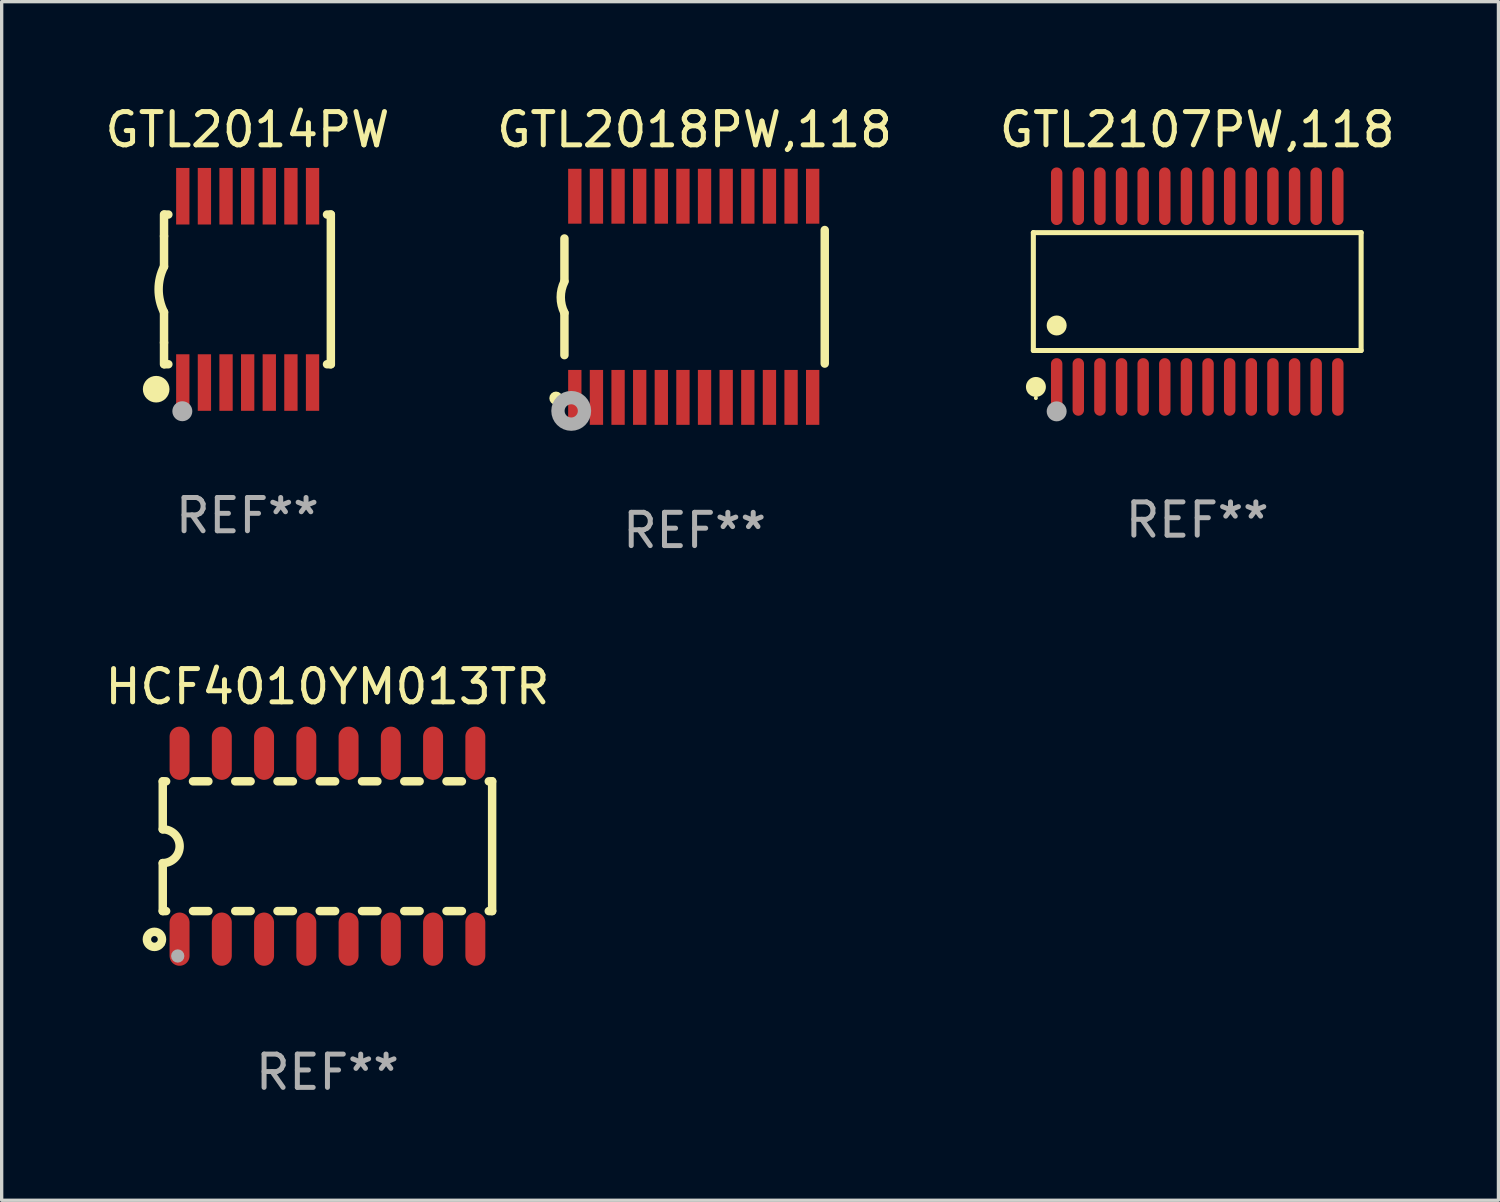
<source format=kicad_pcb>
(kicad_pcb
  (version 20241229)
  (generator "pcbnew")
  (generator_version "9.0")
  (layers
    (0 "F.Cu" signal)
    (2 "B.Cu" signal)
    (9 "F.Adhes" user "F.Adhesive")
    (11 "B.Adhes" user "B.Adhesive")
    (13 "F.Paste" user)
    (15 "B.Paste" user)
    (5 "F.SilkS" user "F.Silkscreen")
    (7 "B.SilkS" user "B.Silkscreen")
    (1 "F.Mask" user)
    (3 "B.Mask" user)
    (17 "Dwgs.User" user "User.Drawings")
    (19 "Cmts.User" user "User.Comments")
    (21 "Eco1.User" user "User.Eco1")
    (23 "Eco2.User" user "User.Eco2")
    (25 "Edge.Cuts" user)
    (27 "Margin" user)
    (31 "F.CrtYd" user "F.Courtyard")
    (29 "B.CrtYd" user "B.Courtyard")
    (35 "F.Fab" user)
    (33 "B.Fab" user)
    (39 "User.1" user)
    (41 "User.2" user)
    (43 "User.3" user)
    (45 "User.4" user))
  (footprint "GTL2107PW,118"
    (layer "F.Cu")
    (at 32.935 5.714)
    (property "Reference" "GTL2107PW,118" (at 0 -4.866 0) (layer "F.SilkS") (effects (font (size 1 1) (thickness 0.15))))
    (attr through_hole)
    (fp_line (start -4.926 -1.772) (end 4.926 -1.772) (stroke (width 0.152) (type solid)) (layer "F.SilkS"))
    (fp_line (start -4.926 1.771) (end -4.926 -1.772) (stroke (width 0.152) (type solid)) (layer "F.SilkS"))
    (fp_line (start 4.926 -1.772) (end 4.926 1.771) (stroke (width 0.152) (type solid)) (layer "F.SilkS"))
    (fp_line (start 4.926 1.771) (end -4.926 1.771) (stroke (width 0.152) (type solid)) (layer "F.SilkS"))
    (fp_circle (center -4.85 3.2) (end -4.82 3.2) (stroke (width 0.06) (type solid)) (fill no) (layer "F.SilkS"))
    (fp_circle (center -4.849 2.866) (end -4.699 2.866) (stroke (width 0.3) (type solid)) (fill no) (layer "F.SilkS"))
    (fp_circle (center -4.225 1.019) (end -4.075 1.019) (stroke (width 0.3) (type solid)) (fill no) (layer "F.SilkS"))
    (fp_circle (center -4.225 3.6) (end -4.075 3.6) (stroke (width 0.3) (type solid)) (fill no) (layer "F.Fab"))
    (fp_text user "REF**" (at 0 6.866 0) (layer "F.Fab") (effects (font (size 1 1) (thickness 0.15))))
    (pad "1" smd oval (at -4.225 2.866) (size 0.343 1.731) (layers "F.Cu" "F.Mask" "F.Paste"))
    (pad "2" smd oval (at -3.575 2.866) (size 0.343 1.731) (layers "F.Cu" "F.Mask" "F.Paste"))
    (pad "3" smd oval (at -2.925 2.866) (size 0.343 1.731) (layers "F.Cu" "F.Mask" "F.Paste"))
    (pad "4" smd oval (at -2.275 2.866) (size 0.343 1.731) (layers "F.Cu" "F.Mask" "F.Paste"))
    (pad "5" smd oval (at -1.625 2.866) (size 0.343 1.731) (layers "F.Cu" "F.Mask" "F.Paste"))
    (pad "6" smd oval (at -0.975 2.866) (size 0.343 1.731) (layers "F.Cu" "F.Mask" "F.Paste"))
    (pad "7" smd oval (at -0.325 2.866) (size 0.343 1.731) (layers "F.Cu" "F.Mask" "F.Paste"))
    (pad "8" smd oval (at 0.325 2.866) (size 0.343 1.731) (layers "F.Cu" "F.Mask" "F.Paste"))
    (pad "9" smd oval (at 0.975 2.866) (size 0.343 1.731) (layers "F.Cu" "F.Mask" "F.Paste"))
    (pad "10" smd oval (at 1.625 2.866) (size 0.343 1.731) (layers "F.Cu" "F.Mask" "F.Paste"))
    (pad "11" smd oval (at 2.275 2.866) (size 0.343 1.731) (layers "F.Cu" "F.Mask" "F.Paste"))
    (pad "12" smd oval (at 2.925 2.866) (size 0.343 1.731) (layers "F.Cu" "F.Mask" "F.Paste"))
    (pad "13" smd oval (at 3.575 2.866) (size 0.343 1.731) (layers "F.Cu" "F.Mask" "F.Paste"))
    (pad "14" smd oval (at 4.225 2.866) (size 0.343 1.731) (layers "F.Cu" "F.Mask" "F.Paste"))
    (pad "15" smd oval (at 4.225 -2.866) (size 0.343 1.731) (layers "F.Cu" "F.Mask" "F.Paste"))
    (pad "16" smd oval (at 3.575 -2.866) (size 0.343 1.731) (layers "F.Cu" "F.Mask" "F.Paste"))
    (pad "17" smd oval (at 2.925 -2.866) (size 0.343 1.731) (layers "F.Cu" "F.Mask" "F.Paste"))
    (pad "18" smd oval (at 2.275 -2.866) (size 0.343 1.731) (layers "F.Cu" "F.Mask" "F.Paste"))
    (pad "19" smd oval (at 1.625 -2.866) (size 0.343 1.731) (layers "F.Cu" "F.Mask" "F.Paste"))
    (pad "20" smd oval (at 0.975 -2.866) (size 0.343 1.731) (layers "F.Cu" "F.Mask" "F.Paste"))
    (pad "21" smd oval (at 0.325 -2.866) (size 0.343 1.731) (layers "F.Cu" "F.Mask" "F.Paste"))
    (pad "22" smd oval (at -0.325 -2.866) (size 0.343 1.731) (layers "F.Cu" "F.Mask" "F.Paste"))
    (pad "23" smd oval (at -0.975 -2.866) (size 0.343 1.731) (layers "F.Cu" "F.Mask" "F.Paste"))
    (pad "24" smd oval (at -1.625 -2.866) (size 0.343 1.731) (layers "F.Cu" "F.Mask" "F.Paste"))
    (pad "25" smd oval (at -2.275 -2.866) (size 0.343 1.731) (layers "F.Cu" "F.Mask" "F.Paste"))
    (pad "26" smd oval (at -2.925 -2.866) (size 0.343 1.731) (layers "F.Cu" "F.Mask" "F.Paste"))
    (pad "27" smd oval (at -3.575 -2.866) (size 0.343 1.731) (layers "F.Cu" "F.Mask" "F.Paste"))
    (pad "28" smd oval (at -4.225 -2.866) (size 0.343 1.731) (layers "F.Cu" "F.Mask" "F.Paste")))
  (footprint "GTL2014PW"
    (layer "F.Cu")
    (at 4.387 5.648)
    (property "Reference" "GTL2014PW" (at 0 -4.8 0) (layer "F.SilkS") (effects (font (size 1 1) (thickness 0.15))))
    (attr through_hole)
    (fp_line (start -2.507 -1.6) (end -2.507 -2.25) (stroke (width 0.254) (type solid)) (layer "F.SilkS"))
    (fp_line (start -2.507 -0.686) (end -2.507 -1.6) (stroke (width 0.254) (type solid)) (layer "F.SilkS"))
    (fp_line (start -2.507 1.6) (end -2.507 0.686) (stroke (width 0.254) (type solid)) (layer "F.SilkS"))
    (fp_line (start -2.507 1.6) (end -2.507 2.25) (stroke (width 0.254) (type solid)) (layer "F.SilkS"))
    (fp_line (start -2.493 -2.25) (end -2.377 -2.25) (stroke (width 0.254) (type solid)) (layer "F.SilkS"))
    (fp_line (start -2.377 2.25) (end -2.493 2.25) (stroke (width 0.254) (type solid)) (layer "F.SilkS"))
    (fp_line (start 2.392 -2.25) (end 2.507 -2.25) (stroke (width 0.254) (type solid)) (layer "F.SilkS"))
    (fp_line (start 2.507 -2.25) (end 2.507 2.25) (stroke (width 0.254) (type solid)) (layer "F.SilkS"))
    (fp_line (start 2.507 2.25) (end 2.392 2.25) (stroke (width 0.254) (type solid)) (layer "F.SilkS"))
    (fp_arc (start -2.507303 0.685802) (mid -2.669199 0) (end -2.507303 -0.685801) (stroke (width 0.254001) (type solid)) (layer "F.SilkS"))
    (fp_circle (center -2.743 3) (end -2.543 3) (stroke (width 0.4) (type solid)) (fill no) (layer "F.SilkS"))
    (fp_circle (center -2.493 3.2) (end -2.463 3.2) (stroke (width 0.06) (type solid)) (fill no) (layer "F.SilkS"))
    (fp_circle (center -1.957 3.662) (end -1.807 3.662) (stroke (width 0.3) (type solid)) (fill no) (layer "F.Fab"))
    (fp_text user "REF**" (at 0 6.8 0) (layer "F.Fab") (effects (font (size 1 1) (thickness 0.15))))
    (pad "1" smd rect (at -1.943 2.8) (size 0.4 1.7) (layers "F.Cu" "F.Mask" "F.Paste"))
    (pad "2" smd rect (at -1.293 2.8) (size 0.4 1.7) (layers "F.Cu" "F.Mask" "F.Paste"))
    (pad "3" smd rect (at -0.643 2.8) (size 0.4 1.7) (layers "F.Cu" "F.Mask" "F.Paste"))
    (pad "4" smd rect (at 0.007 2.8) (size 0.4 1.7) (layers "F.Cu" "F.Mask" "F.Paste"))
    (pad "5" smd rect (at 0.657 2.8) (size 0.4 1.7) (layers "F.Cu" "F.Mask" "F.Paste"))
    (pad "6" smd rect (at 1.307 2.8) (size 0.4 1.7) (layers "F.Cu" "F.Mask" "F.Paste"))
    (pad "7" smd rect (at 1.957 2.8) (size 0.4 1.7) (layers "F.Cu" "F.Mask" "F.Paste"))
    (pad "8" smd rect (at 1.957 -2.8) (size 0.4 1.7) (layers "F.Cu" "F.Mask" "F.Paste"))
    (pad "9" smd rect (at 1.307 -2.8) (size 0.4 1.7) (layers "F.Cu" "F.Mask" "F.Paste"))
    (pad "10" smd rect (at 0.657 -2.8) (size 0.4 1.7) (layers "F.Cu" "F.Mask" "F.Paste"))
    (pad "11" smd rect (at 0.007 -2.8) (size 0.4 1.7) (layers "F.Cu" "F.Mask" "F.Paste"))
    (pad "12" smd rect (at -0.643 -2.8) (size 0.4 1.7) (layers "F.Cu" "F.Mask" "F.Paste"))
    (pad "13" smd rect (at -1.293 -2.8) (size 0.4 1.7) (layers "F.Cu" "F.Mask" "F.Paste"))
    (pad "14" smd rect (at -1.943 -2.8) (size 0.4 1.7) (layers "F.Cu" "F.Mask" "F.Paste")))
  (footprint "GTL2018PW,118"
    (layer "F.Cu")
    (at 17.827 5.871)
    (property "Reference" "GTL2018PW,118" (at 0 -5.023 0) (layer "F.SilkS") (effects (font (size 1 1) (thickness 0.15))))
    (attr through_hole)
    (fp_line (start -3.912 -0.483) (end -3.912 -1.753) (stroke (width 0.254) (type solid)) (layer "F.SilkS"))
    (fp_line (start -3.912 1.753) (end -3.912 0.483) (stroke (width 0.254) (type solid)) (layer "F.SilkS"))
    (fp_line (start 3.912 -2.007) (end 3.912 2.007) (stroke (width 0.254) (type solid)) (layer "F.SilkS"))
    (fp_arc (start -3.911608 0.482601) (mid -4.022537 0.0127) (end -3.911608 -0.457201) (stroke (width 0.254001) (type solid)) (layer "F.SilkS"))
    (fp_circle (center -4.166 3.048) (end -4.066 3.048) (stroke (width 0.2) (type solid)) (fill no) (layer "F.SilkS"))
    (fp_circle (center -3.925 3.186) (end -3.895 3.186) (stroke (width 0.06) (type solid)) (fill no) (layer "F.SilkS"))
    (fp_circle (center -3.708 3.429) (end -3.509 3.429) (stroke (width 0.4) (type solid)) (fill no) (layer "F.Fab"))
    (fp_text user "REF**" (at 0 7.023 0) (layer "F.Fab") (effects (font (size 1 1) (thickness 0.15))))
    (pad "1" smd rect (at -3.6 3.023) (size 0.4 1.65) (layers "F.Cu" "F.Mask" "F.Paste"))
    (pad "2" smd rect (at -2.95 3.023) (size 0.4 1.65) (layers "F.Cu" "F.Mask" "F.Paste"))
    (pad "3" smd rect (at -2.3 3.023) (size 0.4 1.65) (layers "F.Cu" "F.Mask" "F.Paste"))
    (pad "4" smd rect (at -1.65 3.023) (size 0.4 1.65) (layers "F.Cu" "F.Mask" "F.Paste"))
    (pad "5" smd rect (at -1 3.023) (size 0.4 1.65) (layers "F.Cu" "F.Mask" "F.Paste"))
    (pad "6" smd rect (at -0.35 3.023) (size 0.4 1.65) (layers "F.Cu" "F.Mask" "F.Paste"))
    (pad "7" smd rect (at 0.299 3.023) (size 0.4 1.65) (layers "F.Cu" "F.Mask" "F.Paste"))
    (pad "8" smd rect (at 0.95 3.023) (size 0.4 1.65) (layers "F.Cu" "F.Mask" "F.Paste"))
    (pad "9" smd rect (at 1.6 3.023) (size 0.4 1.65) (layers "F.Cu" "F.Mask" "F.Paste"))
    (pad "10" smd rect (at 2.25 3.023) (size 0.4 1.65) (layers "F.Cu" "F.Mask" "F.Paste"))
    (pad "11" smd rect (at 2.9 3.023) (size 0.4 1.65) (layers "F.Cu" "F.Mask" "F.Paste"))
    (pad "12" smd rect (at 3.549 3.023) (size 0.4 1.65) (layers "F.Cu" "F.Mask" "F.Paste"))
    (pad "13" smd rect (at 3.549 -3.023) (size 0.4 1.65) (layers "F.Cu" "F.Mask" "F.Paste"))
    (pad "14" smd rect (at 2.9 -3.023) (size 0.4 1.65) (layers "F.Cu" "F.Mask" "F.Paste"))
    (pad "15" smd rect (at 2.25 -3.023) (size 0.4 1.65) (layers "F.Cu" "F.Mask" "F.Paste"))
    (pad "16" smd rect (at 1.6 -3.023) (size 0.4 1.65) (layers "F.Cu" "F.Mask" "F.Paste"))
    (pad "17" smd rect (at 0.95 -3.023) (size 0.4 1.65) (layers "F.Cu" "F.Mask" "F.Paste"))
    (pad "18" smd rect (at 0.299 -3.023) (size 0.4 1.65) (layers "F.Cu" "F.Mask" "F.Paste"))
    (pad "19" smd rect (at -0.35 -3.023) (size 0.4 1.65) (layers "F.Cu" "F.Mask" "F.Paste"))
    (pad "20" smd rect (at -1 -3.023) (size 0.4 1.65) (layers "F.Cu" "F.Mask" "F.Paste"))
    (pad "21" smd rect (at -1.65 -3.023) (size 0.4 1.65) (layers "F.Cu" "F.Mask" "F.Paste"))
    (pad "22" smd rect (at -2.3 -3.023) (size 0.4 1.65) (layers "F.Cu" "F.Mask" "F.Paste"))
    (pad "23" smd rect (at -2.95 -3.023) (size 0.4 1.65) (layers "F.Cu" "F.Mask" "F.Paste"))
    (pad "24" smd rect (at -3.6 -3.023) (size 0.4 1.65) (layers "F.Cu" "F.Mask" "F.Paste")))
  (footprint "HCF4010YM013TR"
    (layer "F.Cu")
    (at 6.792 22.384)
    (property "Reference" "HCF4010YM013TR" (at 0 -4.794 0) (layer "F.SilkS") (effects (font (size 1 1) (thickness 0.15))))
    (attr through_hole)
    (fp_line (start -4.95 -1.95) (end -4.95 -0.508) (stroke (width 0.254) (type solid)) (layer "F.SilkS"))
    (fp_line (start -4.95 -1.95) (end -4.849 -1.95) (stroke (width 0.254) (type solid)) (layer "F.SilkS"))
    (fp_line (start -4.95 1.95) (end -4.95 0.508) (stroke (width 0.254) (type solid)) (layer "F.SilkS"))
    (fp_line (start -4.95 1.95) (end -4.849 1.95) (stroke (width 0.254) (type solid)) (layer "F.SilkS"))
    (fp_line (start -4.041 -1.95) (end -3.579 -1.95) (stroke (width 0.254) (type solid)) (layer "F.SilkS"))
    (fp_line (start -4.041 1.95) (end -3.579 1.95) (stroke (width 0.254) (type solid)) (layer "F.SilkS"))
    (fp_line (start -2.771 -1.95) (end -2.309 -1.95) (stroke (width 0.254) (type solid)) (layer "F.SilkS"))
    (fp_line (start -2.771 1.95) (end -2.309 1.95) (stroke (width 0.254) (type solid)) (layer "F.SilkS"))
    (fp_line (start -1.501 -1.95) (end -1.039 -1.95) (stroke (width 0.254) (type solid)) (layer "F.SilkS"))
    (fp_line (start -1.501 1.95) (end -1.039 1.95) (stroke (width 0.254) (type solid)) (layer "F.SilkS"))
    (fp_line (start -0.231 -1.95) (end 0.231 -1.95) (stroke (width 0.254) (type solid)) (layer "F.SilkS"))
    (fp_line (start -0.231 1.95) (end 0.231 1.95) (stroke (width 0.254) (type solid)) (layer "F.SilkS"))
    (fp_line (start 1.039 -1.95) (end 1.501 -1.95) (stroke (width 0.254) (type solid)) (layer "F.SilkS"))
    (fp_line (start 1.039 1.95) (end 1.501 1.95) (stroke (width 0.254) (type solid)) (layer "F.SilkS"))
    (fp_line (start 2.309 -1.95) (end 2.771 -1.95) (stroke (width 0.254) (type solid)) (layer "F.SilkS"))
    (fp_line (start 2.309 1.95) (end 2.771 1.95) (stroke (width 0.254) (type solid)) (layer "F.SilkS"))
    (fp_line (start 3.579 -1.95) (end 4.041 -1.95) (stroke (width 0.254) (type solid)) (layer "F.SilkS"))
    (fp_line (start 3.579 1.95) (end 4.041 1.95) (stroke (width 0.254) (type solid)) (layer "F.SilkS"))
    (fp_line (start 4.849 -1.95) (end 4.95 -1.95) (stroke (width 0.254) (type solid)) (layer "F.SilkS"))
    (fp_line (start 4.849 1.95) (end 4.95 1.95) (stroke (width 0.254) (type solid)) (layer "F.SilkS"))
    (fp_line (start 4.95 -1.95) (end 4.95 1.95) (stroke (width 0.254) (type solid)) (layer "F.SilkS"))
    (fp_arc (start -4.95047 -0.508001) (mid -4.442469 -0.000228) (end -4.950013 0.508001) (stroke (width 0.254001) (type solid)) (layer "F.SilkS"))
    (fp_circle (center -5.2 2.8) (end -5.1 2.8) (stroke (width 0.254) (type solid)) (fill no) (layer "F.SilkS"))
    (fp_circle (center -4.95 2.947) (end -4.92 2.947) (stroke (width 0.06) (type solid)) (fill no) (layer "F.SilkS"))
    (fp_circle (center -4.5 3.3) (end -4.4 3.3) (stroke (width 0.2) (type solid)) (fill no) (layer "F.Fab"))
    (fp_text user "REF**" (at 0 6.794 0) (layer "F.Fab") (effects (font (size 1 1) (thickness 0.15))))
    (pad "1" smd oval (at -4.445 2.794) (size 0.6 1.6) (layers "F.Cu" "F.Mask" "F.Paste"))
    (pad "2" smd oval (at -3.175 2.794) (size 0.6 1.6) (layers "F.Cu" "F.Mask" "F.Paste"))
    (pad "3" smd oval (at -1.905 2.794) (size 0.6 1.6) (layers "F.Cu" "F.Mask" "F.Paste"))
    (pad "4" smd oval (at -0.635 2.794) (size 0.6 1.6) (layers "F.Cu" "F.Mask" "F.Paste"))
    (pad "5" smd oval (at 0.635 2.794) (size 0.6 1.6) (layers "F.Cu" "F.Mask" "F.Paste"))
    (pad "6" smd oval (at 1.905 2.794) (size 0.6 1.6) (layers "F.Cu" "F.Mask" "F.Paste"))
    (pad "7" smd oval (at 3.175 2.794) (size 0.6 1.6) (layers "F.Cu" "F.Mask" "F.Paste"))
    (pad "8" smd oval (at 4.445 2.794) (size 0.6 1.6) (layers "F.Cu" "F.Mask" "F.Paste"))
    (pad "9" smd oval (at 4.445 -2.794) (size 0.6 1.6) (layers "F.Cu" "F.Mask" "F.Paste"))
    (pad "10" smd oval (at 3.175 -2.794) (size 0.6 1.6) (layers "F.Cu" "F.Mask" "F.Paste"))
    (pad "11" smd oval (at 1.905 -2.794) (size 0.6 1.6) (layers "F.Cu" "F.Mask" "F.Paste"))
    (pad "12" smd oval (at 0.635 -2.794) (size 0.6 1.6) (layers "F.Cu" "F.Mask" "F.Paste"))
    (pad "13" smd oval (at -0.635 -2.794) (size 0.6 1.6) (layers "F.Cu" "F.Mask" "F.Paste"))
    (pad "14" smd oval (at -1.905 -2.794) (size 0.6 1.6) (layers "F.Cu" "F.Mask" "F.Paste"))
    (pad "15" smd oval (at -3.175 -2.794) (size 0.6 1.6) (layers "F.Cu" "F.Mask" "F.Paste"))
    (pad "16" smd oval (at -4.445 -2.794) (size 0.6 1.6) (layers "F.Cu" "F.Mask" "F.Paste")))
  (gr_rect
    (start -3 -3)
    (end 41.988 33.026)
    (stroke (width 0.1) (type default))
    (fill no)
    (layer "Edge.Cuts")))
</source>
